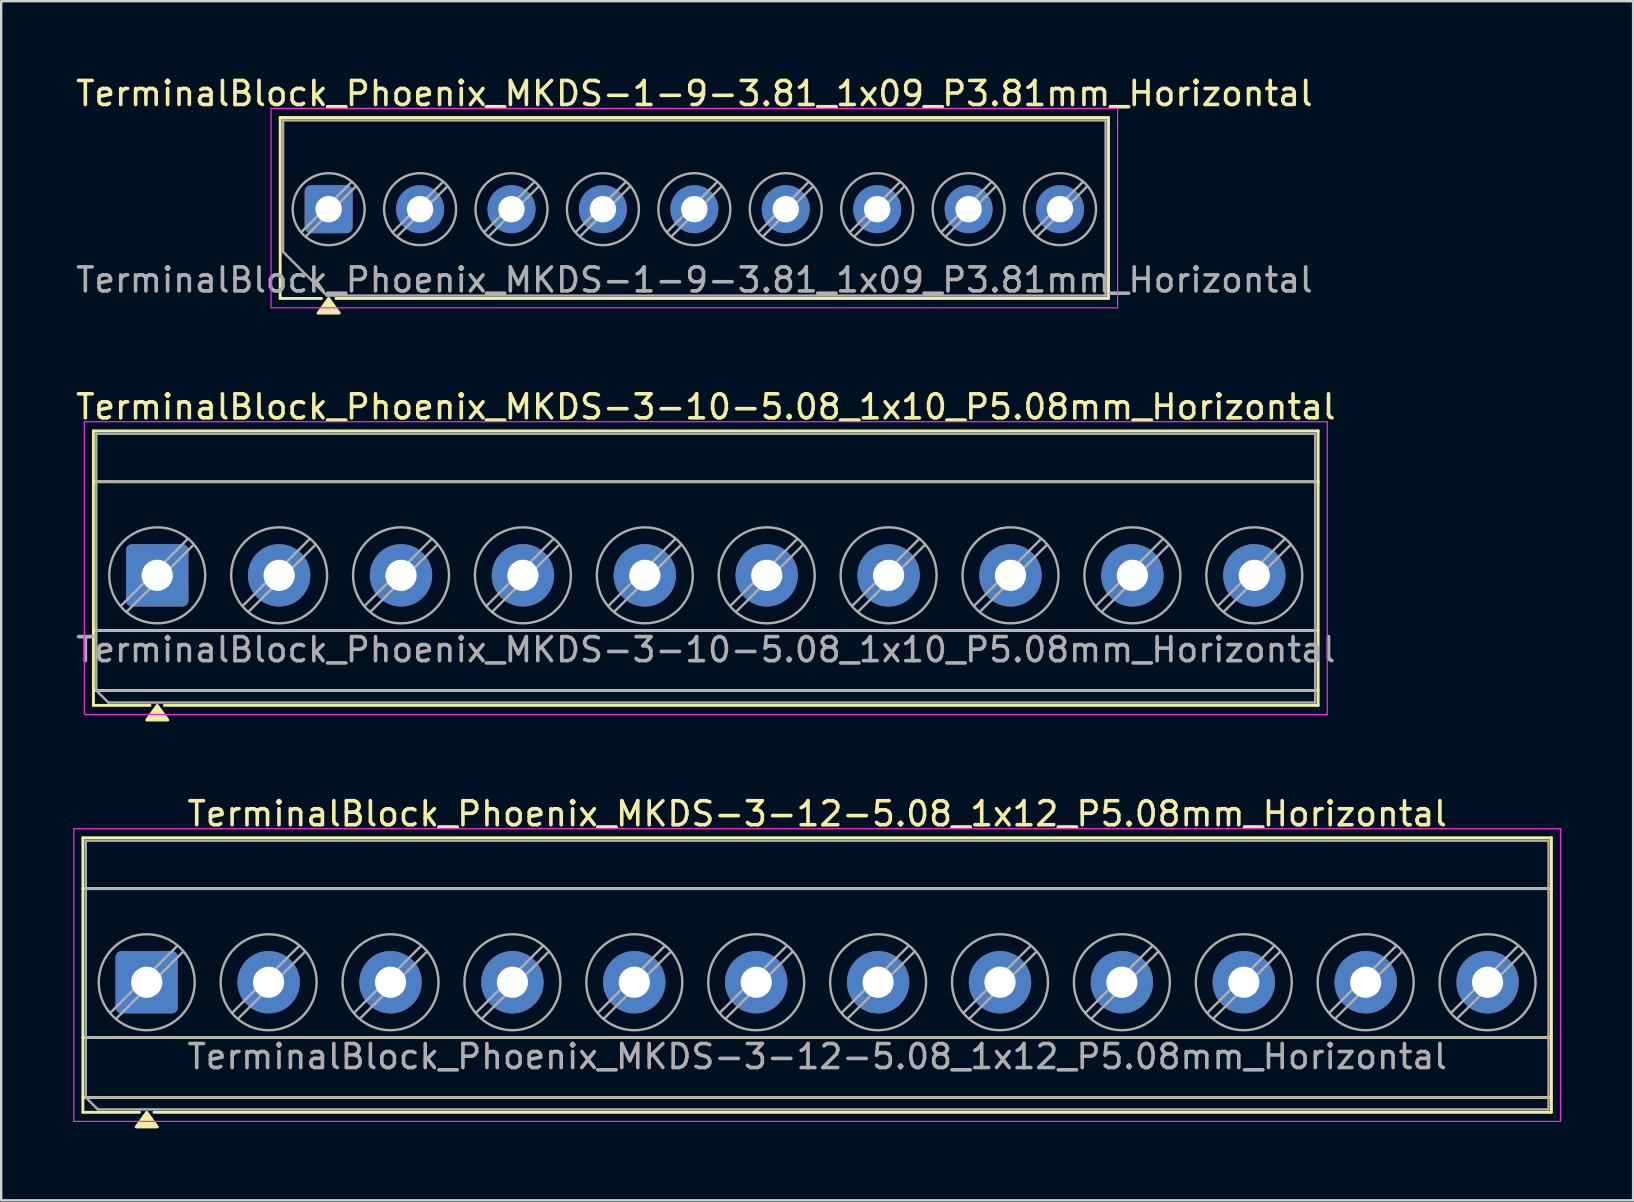
<source format=kicad_pcb>
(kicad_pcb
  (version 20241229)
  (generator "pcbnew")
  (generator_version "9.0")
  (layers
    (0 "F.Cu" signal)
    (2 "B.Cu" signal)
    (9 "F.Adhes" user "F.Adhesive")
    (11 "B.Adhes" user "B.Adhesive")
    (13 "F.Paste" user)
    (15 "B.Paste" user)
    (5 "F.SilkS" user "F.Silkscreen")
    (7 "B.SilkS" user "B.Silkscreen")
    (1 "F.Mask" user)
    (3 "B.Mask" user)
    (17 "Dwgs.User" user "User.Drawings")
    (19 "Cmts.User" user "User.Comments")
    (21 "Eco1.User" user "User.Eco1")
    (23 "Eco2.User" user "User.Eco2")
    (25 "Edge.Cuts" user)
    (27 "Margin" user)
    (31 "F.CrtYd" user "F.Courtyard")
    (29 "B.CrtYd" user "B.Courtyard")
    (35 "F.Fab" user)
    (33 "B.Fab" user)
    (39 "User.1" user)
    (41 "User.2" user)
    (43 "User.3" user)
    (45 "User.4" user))
  (footprint "TerminalBlock_Phoenix_MKDS-3-10-5.08_1x10_P5.08mm_Horizontal"
    (layer "F.Cu")
    (at 3.503 20.927)
    (property "Reference" "TerminalBlock_Phoenix_MKDS-3-10-5.08_1x10_P5.08mm_Horizontal" (at 22.86 -7.02 0) (layer "F.SilkS") (effects (font (size 1 1) (thickness 0.15))))
    (attr through_hole)
    (fp_line (start -2.66 -6.02) (end 48.38 -6.02) (stroke (width 0.12) (type solid)) (layer "F.SilkS"))
    (fp_line (start -2.66 -3.9) (end 48.38 -3.9) (stroke (width 0.12) (type solid)) (layer "F.SilkS"))
    (fp_line (start -2.66 2.3) (end 48.38 2.3) (stroke (width 0.12) (type solid)) (layer "F.SilkS"))
    (fp_line (start -2.66 4.8) (end 48.38 4.8) (stroke (width 0.12) (type solid)) (layer "F.SilkS"))
    (fp_line (start -2.66 5.42) (end -2.66 -6.02) (stroke (width 0.12) (type solid)) (layer "F.SilkS"))
    (fp_line (start -0.3 5.42) (end -2.66 5.42) (stroke (width 0.12) (type solid)) (layer "F.SilkS"))
    (fp_line (start 48.38 -6.02) (end 48.38 5.42) (stroke (width 0.12) (type solid)) (layer "F.SilkS"))
    (fp_line (start 48.38 5.42) (end 0.3 5.42) (stroke (width 0.12) (type solid)) (layer "F.SilkS"))
    (fp_poly (pts (xy 0 5.42) (xy 0.44 6.03) (xy -0.44 6.03)) (stroke (width 0.12) (type solid)) (fill yes) (layer "F.SilkS"))
    (fp_line (start -3.04 -6.4) (end -3.04 5.8) (stroke (width 0.05) (type solid)) (layer "F.CrtYd"))
    (fp_line (start -3.04 5.8) (end 48.76 5.8) (stroke (width 0.05) (type solid)) (layer "F.CrtYd"))
    (fp_line (start 48.76 -6.4) (end -3.04 -6.4) (stroke (width 0.05) (type solid)) (layer "F.CrtYd"))
    (fp_line (start 48.76 5.8) (end 48.76 -6.4) (stroke (width 0.05) (type solid)) (layer "F.CrtYd"))
    (fp_line (start -2.54 -5.9) (end 48.26 -5.9) (stroke (width 0.1) (type solid)) (layer "F.Fab"))
    (fp_line (start -2.54 -3.9) (end 48.26 -3.9) (stroke (width 0.1) (type solid)) (layer "F.Fab"))
    (fp_line (start -2.54 2.3) (end 48.26 2.3) (stroke (width 0.1) (type solid)) (layer "F.Fab"))
    (fp_line (start -2.54 4.8) (end -2.54 -5.9) (stroke (width 0.1) (type solid)) (layer "F.Fab"))
    (fp_line (start -2.54 4.8) (end 48.26 4.8) (stroke (width 0.1) (type solid)) (layer "F.Fab"))
    (fp_line (start -2.04 5.3) (end -2.54 4.8) (stroke (width 0.1) (type solid)) (layer "F.Fab"))
    (fp_line (start 1.273 -1.517) (end -1.517 1.273) (stroke (width 0.1) (type solid)) (layer "F.Fab"))
    (fp_line (start 1.517 -1.273) (end -1.273 1.517) (stroke (width 0.1) (type solid)) (layer "F.Fab"))
    (fp_line (start 6.353 -1.517) (end 3.563 1.273) (stroke (width 0.1) (type solid)) (layer "F.Fab"))
    (fp_line (start 6.597 -1.273) (end 3.807 1.517) (stroke (width 0.1) (type solid)) (layer "F.Fab"))
    (fp_line (start 11.433 -1.517) (end 8.643 1.273) (stroke (width 0.1) (type solid)) (layer "F.Fab"))
    (fp_line (start 11.677 -1.273) (end 8.887 1.517) (stroke (width 0.1) (type solid)) (layer "F.Fab"))
    (fp_line (start 16.513 -1.517) (end 13.723 1.273) (stroke (width 0.1) (type solid)) (layer "F.Fab"))
    (fp_line (start 16.757 -1.273) (end 13.967 1.517) (stroke (width 0.1) (type solid)) (layer "F.Fab"))
    (fp_line (start 21.593 -1.517) (end 18.803 1.273) (stroke (width 0.1) (type solid)) (layer "F.Fab"))
    (fp_line (start 21.837 -1.273) (end 19.047 1.517) (stroke (width 0.1) (type solid)) (layer "F.Fab"))
    (fp_line (start 26.673 -1.517) (end 23.883 1.273) (stroke (width 0.1) (type solid)) (layer "F.Fab"))
    (fp_line (start 26.917 -1.273) (end 24.127 1.517) (stroke (width 0.1) (type solid)) (layer "F.Fab"))
    (fp_line (start 31.753 -1.517) (end 28.963 1.273) (stroke (width 0.1) (type solid)) (layer "F.Fab"))
    (fp_line (start 31.997 -1.273) (end 29.207 1.517) (stroke (width 0.1) (type solid)) (layer "F.Fab"))
    (fp_line (start 36.833 -1.517) (end 34.043 1.273) (stroke (width 0.1) (type solid)) (layer "F.Fab"))
    (fp_line (start 37.077 -1.273) (end 34.287 1.517) (stroke (width 0.1) (type solid)) (layer "F.Fab"))
    (fp_line (start 41.913 -1.517) (end 39.123 1.273) (stroke (width 0.1) (type solid)) (layer "F.Fab"))
    (fp_line (start 42.157 -1.273) (end 39.367 1.517) (stroke (width 0.1) (type solid)) (layer "F.Fab"))
    (fp_line (start 46.993 -1.517) (end 44.203 1.273) (stroke (width 0.1) (type solid)) (layer "F.Fab"))
    (fp_line (start 47.237 -1.273) (end 44.447 1.517) (stroke (width 0.1) (type solid)) (layer "F.Fab"))
    (fp_line (start 48.26 -5.9) (end 48.26 5.3) (stroke (width 0.1) (type solid)) (layer "F.Fab"))
    (fp_line (start 48.26 5.3) (end -2.04 5.3) (stroke (width 0.1) (type solid)) (layer "F.Fab"))
    (fp_circle (center 0 0) (end 2 0) (stroke (width 0.1) (type solid)) (fill no) (layer "F.Fab"))
    (fp_circle (center 5.08 0) (end 7.08 0) (stroke (width 0.1) (type solid)) (fill no) (layer "F.Fab"))
    (fp_circle (center 10.16 0) (end 12.16 0) (stroke (width 0.1) (type solid)) (fill no) (layer "F.Fab"))
    (fp_circle (center 15.24 0) (end 17.24 0) (stroke (width 0.1) (type solid)) (fill no) (layer "F.Fab"))
    (fp_circle (center 20.32 0) (end 22.32 0) (stroke (width 0.1) (type solid)) (fill no) (layer "F.Fab"))
    (fp_circle (center 25.4 0) (end 27.4 0) (stroke (width 0.1) (type solid)) (fill no) (layer "F.Fab"))
    (fp_circle (center 30.48 0) (end 32.48 0) (stroke (width 0.1) (type solid)) (fill no) (layer "F.Fab"))
    (fp_circle (center 35.56 0) (end 37.56 0) (stroke (width 0.1) (type solid)) (fill no) (layer "F.Fab"))
    (fp_circle (center 40.64 0) (end 42.64 0) (stroke (width 0.1) (type solid)) (fill no) (layer "F.Fab"))
    (fp_circle (center 45.72 0) (end 47.72 0) (stroke (width 0.1) (type solid)) (fill no) (layer "F.Fab"))
    (fp_text user "${REFERENCE}" (at 22.86 3.1 0) (layer "F.Fab") (effects (font (size 1 1) (thickness 0.15))))
    (pad "1" thru_hole roundrect (at 0 0) (size 2.6 2.6) (drill 1.3) (layers "*.Cu" "*.Mask") (roundrect_rratio 0.096))
    (pad "2" thru_hole circle (at 5.08 0) (size 2.6 2.6) (drill 1.3) (layers "*.Cu" "*.Mask"))
    (pad "3" thru_hole circle (at 10.16 0) (size 2.6 2.6) (drill 1.3) (layers "*.Cu" "*.Mask"))
    (pad "4" thru_hole circle (at 15.24 0) (size 2.6 2.6) (drill 1.3) (layers "*.Cu" "*.Mask"))
    (pad "5" thru_hole circle (at 20.32 0) (size 2.6 2.6) (drill 1.3) (layers "*.Cu" "*.Mask"))
    (pad "6" thru_hole circle (at 25.4 0) (size 2.6 2.6) (drill 1.3) (layers "*.Cu" "*.Mask"))
    (pad "7" thru_hole circle (at 30.48 0) (size 2.6 2.6) (drill 1.3) (layers "*.Cu" "*.Mask"))
    (pad "8" thru_hole circle (at 35.56 0) (size 2.6 2.6) (drill 1.3) (layers "*.Cu" "*.Mask"))
    (pad "9" thru_hole circle (at 40.64 0) (size 2.6 2.6) (drill 1.3) (layers "*.Cu" "*.Mask"))
    (pad "10" thru_hole circle (at 45.72 0) (size 2.6 2.6) (drill 1.3) (layers "*.Cu" "*.Mask")))
  (footprint "TerminalBlock_Phoenix_MKDS-3-12-5.08_1x12_P5.08mm_Horizontal"
    (layer "F.Cu")
    (at 3.065 37.885)
    (property "Reference" "TerminalBlock_Phoenix_MKDS-3-12-5.08_1x12_P5.08mm_Horizontal" (at 27.94 -7.02 0) (layer "F.SilkS") (effects (font (size 1 1) (thickness 0.15))))
    (attr through_hole)
    (fp_line (start -2.66 -6.02) (end 58.54 -6.02) (stroke (width 0.12) (type solid)) (layer "F.SilkS"))
    (fp_line (start -2.66 -3.9) (end 58.54 -3.9) (stroke (width 0.12) (type solid)) (layer "F.SilkS"))
    (fp_line (start -2.66 2.3) (end 58.54 2.3) (stroke (width 0.12) (type solid)) (layer "F.SilkS"))
    (fp_line (start -2.66 4.8) (end 58.54 4.8) (stroke (width 0.12) (type solid)) (layer "F.SilkS"))
    (fp_line (start -2.66 5.42) (end -2.66 -6.02) (stroke (width 0.12) (type solid)) (layer "F.SilkS"))
    (fp_line (start -0.3 5.42) (end -2.66 5.42) (stroke (width 0.12) (type solid)) (layer "F.SilkS"))
    (fp_line (start 58.54 -6.02) (end 58.54 5.42) (stroke (width 0.12) (type solid)) (layer "F.SilkS"))
    (fp_line (start 58.54 5.42) (end 0.3 5.42) (stroke (width 0.12) (type solid)) (layer "F.SilkS"))
    (fp_poly (pts (xy 0 5.42) (xy 0.44 6.03) (xy -0.44 6.03)) (stroke (width 0.12) (type solid)) (fill yes) (layer "F.SilkS"))
    (fp_line (start -3.04 -6.4) (end -3.04 5.8) (stroke (width 0.05) (type solid)) (layer "F.CrtYd"))
    (fp_line (start -3.04 5.8) (end 58.92 5.8) (stroke (width 0.05) (type solid)) (layer "F.CrtYd"))
    (fp_line (start 58.92 -6.4) (end -3.04 -6.4) (stroke (width 0.05) (type solid)) (layer "F.CrtYd"))
    (fp_line (start 58.92 5.8) (end 58.92 -6.4) (stroke (width 0.05) (type solid)) (layer "F.CrtYd"))
    (fp_line (start -2.54 -5.9) (end 58.42 -5.9) (stroke (width 0.1) (type solid)) (layer "F.Fab"))
    (fp_line (start -2.54 -3.9) (end 58.42 -3.9) (stroke (width 0.1) (type solid)) (layer "F.Fab"))
    (fp_line (start -2.54 2.3) (end 58.42 2.3) (stroke (width 0.1) (type solid)) (layer "F.Fab"))
    (fp_line (start -2.54 4.8) (end -2.54 -5.9) (stroke (width 0.1) (type solid)) (layer "F.Fab"))
    (fp_line (start -2.54 4.8) (end 58.42 4.8) (stroke (width 0.1) (type solid)) (layer "F.Fab"))
    (fp_line (start -2.04 5.3) (end -2.54 4.8) (stroke (width 0.1) (type solid)) (layer "F.Fab"))
    (fp_line (start 1.273 -1.517) (end -1.517 1.273) (stroke (width 0.1) (type solid)) (layer "F.Fab"))
    (fp_line (start 1.517 -1.273) (end -1.273 1.517) (stroke (width 0.1) (type solid)) (layer "F.Fab"))
    (fp_line (start 6.353 -1.517) (end 3.563 1.273) (stroke (width 0.1) (type solid)) (layer "F.Fab"))
    (fp_line (start 6.597 -1.273) (end 3.807 1.517) (stroke (width 0.1) (type solid)) (layer "F.Fab"))
    (fp_line (start 11.433 -1.517) (end 8.643 1.273) (stroke (width 0.1) (type solid)) (layer "F.Fab"))
    (fp_line (start 11.677 -1.273) (end 8.887 1.517) (stroke (width 0.1) (type solid)) (layer "F.Fab"))
    (fp_line (start 16.513 -1.517) (end 13.723 1.273) (stroke (width 0.1) (type solid)) (layer "F.Fab"))
    (fp_line (start 16.757 -1.273) (end 13.967 1.517) (stroke (width 0.1) (type solid)) (layer "F.Fab"))
    (fp_line (start 21.593 -1.517) (end 18.803 1.273) (stroke (width 0.1) (type solid)) (layer "F.Fab"))
    (fp_line (start 21.837 -1.273) (end 19.047 1.517) (stroke (width 0.1) (type solid)) (layer "F.Fab"))
    (fp_line (start 26.673 -1.517) (end 23.883 1.273) (stroke (width 0.1) (type solid)) (layer "F.Fab"))
    (fp_line (start 26.917 -1.273) (end 24.127 1.517) (stroke (width 0.1) (type solid)) (layer "F.Fab"))
    (fp_line (start 31.753 -1.517) (end 28.963 1.273) (stroke (width 0.1) (type solid)) (layer "F.Fab"))
    (fp_line (start 31.997 -1.273) (end 29.207 1.517) (stroke (width 0.1) (type solid)) (layer "F.Fab"))
    (fp_line (start 36.833 -1.517) (end 34.043 1.273) (stroke (width 0.1) (type solid)) (layer "F.Fab"))
    (fp_line (start 37.077 -1.273) (end 34.287 1.517) (stroke (width 0.1) (type solid)) (layer "F.Fab"))
    (fp_line (start 41.913 -1.517) (end 39.123 1.273) (stroke (width 0.1) (type solid)) (layer "F.Fab"))
    (fp_line (start 42.157 -1.273) (end 39.367 1.517) (stroke (width 0.1) (type solid)) (layer "F.Fab"))
    (fp_line (start 46.993 -1.517) (end 44.203 1.273) (stroke (width 0.1) (type solid)) (layer "F.Fab"))
    (fp_line (start 47.237 -1.273) (end 44.447 1.517) (stroke (width 0.1) (type solid)) (layer "F.Fab"))
    (fp_line (start 52.073 -1.517) (end 49.283 1.273) (stroke (width 0.1) (type solid)) (layer "F.Fab"))
    (fp_line (start 52.317 -1.273) (end 49.527 1.517) (stroke (width 0.1) (type solid)) (layer "F.Fab"))
    (fp_line (start 57.153 -1.517) (end 54.363 1.273) (stroke (width 0.1) (type solid)) (layer "F.Fab"))
    (fp_line (start 57.397 -1.273) (end 54.607 1.517) (stroke (width 0.1) (type solid)) (layer "F.Fab"))
    (fp_line (start 58.42 -5.9) (end 58.42 5.3) (stroke (width 0.1) (type solid)) (layer "F.Fab"))
    (fp_line (start 58.42 5.3) (end -2.04 5.3) (stroke (width 0.1) (type solid)) (layer "F.Fab"))
    (fp_circle (center 0 0) (end 2 0) (stroke (width 0.1) (type solid)) (fill no) (layer "F.Fab"))
    (fp_circle (center 5.08 0) (end 7.08 0) (stroke (width 0.1) (type solid)) (fill no) (layer "F.Fab"))
    (fp_circle (center 10.16 0) (end 12.16 0) (stroke (width 0.1) (type solid)) (fill no) (layer "F.Fab"))
    (fp_circle (center 15.24 0) (end 17.24 0) (stroke (width 0.1) (type solid)) (fill no) (layer "F.Fab"))
    (fp_circle (center 20.32 0) (end 22.32 0) (stroke (width 0.1) (type solid)) (fill no) (layer "F.Fab"))
    (fp_circle (center 25.4 0) (end 27.4 0) (stroke (width 0.1) (type solid)) (fill no) (layer "F.Fab"))
    (fp_circle (center 30.48 0) (end 32.48 0) (stroke (width 0.1) (type solid)) (fill no) (layer "F.Fab"))
    (fp_circle (center 35.56 0) (end 37.56 0) (stroke (width 0.1) (type solid)) (fill no) (layer "F.Fab"))
    (fp_circle (center 40.64 0) (end 42.64 0) (stroke (width 0.1) (type solid)) (fill no) (layer "F.Fab"))
    (fp_circle (center 45.72 0) (end 47.72 0) (stroke (width 0.1) (type solid)) (fill no) (layer "F.Fab"))
    (fp_circle (center 50.8 0) (end 52.8 0) (stroke (width 0.1) (type solid)) (fill no) (layer "F.Fab"))
    (fp_circle (center 55.88 0) (end 57.88 0) (stroke (width 0.1) (type solid)) (fill no) (layer "F.Fab"))
    (fp_text user "${REFERENCE}" (at 27.94 3.1 0) (layer "F.Fab") (effects (font (size 1 1) (thickness 0.15))))
    (pad "1" thru_hole roundrect (at 0 0) (size 2.6 2.6) (drill 1.3) (layers "*.Cu" "*.Mask") (roundrect_rratio 0.096))
    (pad "2" thru_hole circle (at 5.08 0) (size 2.6 2.6) (drill 1.3) (layers "*.Cu" "*.Mask"))
    (pad "3" thru_hole circle (at 10.16 0) (size 2.6 2.6) (drill 1.3) (layers "*.Cu" "*.Mask"))
    (pad "4" thru_hole circle (at 15.24 0) (size 2.6 2.6) (drill 1.3) (layers "*.Cu" "*.Mask"))
    (pad "5" thru_hole circle (at 20.32 0) (size 2.6 2.6) (drill 1.3) (layers "*.Cu" "*.Mask"))
    (pad "6" thru_hole circle (at 25.4 0) (size 2.6 2.6) (drill 1.3) (layers "*.Cu" "*.Mask"))
    (pad "7" thru_hole circle (at 30.48 0) (size 2.6 2.6) (drill 1.3) (layers "*.Cu" "*.Mask"))
    (pad "8" thru_hole circle (at 35.56 0) (size 2.6 2.6) (drill 1.3) (layers "*.Cu" "*.Mask"))
    (pad "9" thru_hole circle (at 40.64 0) (size 2.6 2.6) (drill 1.3) (layers "*.Cu" "*.Mask"))
    (pad "10" thru_hole circle (at 45.72 0) (size 2.6 2.6) (drill 1.3) (layers "*.Cu" "*.Mask"))
    (pad "11" thru_hole circle (at 50.8 0) (size 2.6 2.6) (drill 1.3) (layers "*.Cu" "*.Mask"))
    (pad "12" thru_hole circle (at 55.88 0) (size 2.6 2.6) (drill 1.3) (layers "*.Cu" "*.Mask")))
  (footprint "TerminalBlock_Phoenix_MKDS-1-9-3.81_1x09_P3.81mm_Horizontal"
    (layer "F.Cu")
    (at 10.647 5.668)
    (property "Reference" "TerminalBlock_Phoenix_MKDS-1-9-3.81_1x09_P3.81mm_Horizontal" (at 15.24 -4.82 0) (layer "F.SilkS") (effects (font (size 1 1) (thickness 0.15))))
    (attr through_hole)
    (fp_line (start -2.02 -3.82) (end 32.5 -3.82) (stroke (width 0.12) (type solid)) (layer "F.SilkS"))
    (fp_line (start -2.02 3.72) (end -2.02 -3.82) (stroke (width 0.12) (type solid)) (layer "F.SilkS"))
    (fp_line (start -0.3 3.72) (end -2.02 3.72) (stroke (width 0.12) (type solid)) (layer "F.SilkS"))
    (fp_line (start 32.5 -3.82) (end 32.5 3.72) (stroke (width 0.12) (type solid)) (layer "F.SilkS"))
    (fp_line (start 32.5 3.72) (end 0.3 3.72) (stroke (width 0.12) (type solid)) (layer "F.SilkS"))
    (fp_poly (pts (xy 0 3.72) (xy 0.44 4.33) (xy -0.44 4.33)) (stroke (width 0.12) (type solid)) (fill yes) (layer "F.SilkS"))
    (fp_line (start -2.4 -4.2) (end -2.4 4.11) (stroke (width 0.05) (type solid)) (layer "F.CrtYd"))
    (fp_line (start -2.4 4.11) (end 32.88 4.11) (stroke (width 0.05) (type solid)) (layer "F.CrtYd"))
    (fp_line (start 32.88 -4.2) (end -2.4 -4.2) (stroke (width 0.05) (type solid)) (layer "F.CrtYd"))
    (fp_line (start 32.88 4.11) (end 32.88 -4.2) (stroke (width 0.05) (type solid)) (layer "F.CrtYd"))
    (fp_line (start -1.9 -3.7) (end 32.38 -3.7) (stroke (width 0.1) (type solid)) (layer "F.Fab"))
    (fp_line (start -1.9 1.775) (end -1.9 -3.7) (stroke (width 0.1) (type solid)) (layer "F.Fab"))
    (fp_line (start -0.075 3.6) (end -1.9 1.775) (stroke (width 0.1) (type solid)) (layer "F.Fab"))
    (fp_line (start 0.955 -1.138) (end -1.138 0.955) (stroke (width 0.1) (type solid)) (layer "F.Fab"))
    (fp_line (start 1.138 -0.955) (end -0.955 1.138) (stroke (width 0.1) (type solid)) (layer "F.Fab"))
    (fp_line (start 4.765 -1.138) (end 2.672 0.955) (stroke (width 0.1) (type solid)) (layer "F.Fab"))
    (fp_line (start 4.948 -0.955) (end 2.855 1.138) (stroke (width 0.1) (type solid)) (layer "F.Fab"))
    (fp_line (start 8.575 -1.138) (end 6.482 0.955) (stroke (width 0.1) (type solid)) (layer "F.Fab"))
    (fp_line (start 8.758 -0.955) (end 6.665 1.138) (stroke (width 0.1) (type solid)) (layer "F.Fab"))
    (fp_line (start 12.385 -1.138) (end 10.292 0.955) (stroke (width 0.1) (type solid)) (layer "F.Fab"))
    (fp_line (start 12.568 -0.955) (end 10.475 1.138) (stroke (width 0.1) (type solid)) (layer "F.Fab"))
    (fp_line (start 16.195 -1.138) (end 14.102 0.955) (stroke (width 0.1) (type solid)) (layer "F.Fab"))
    (fp_line (start 16.378 -0.955) (end 14.285 1.138) (stroke (width 0.1) (type solid)) (layer "F.Fab"))
    (fp_line (start 20.005 -1.138) (end 17.912 0.955) (stroke (width 0.1) (type solid)) (layer "F.Fab"))
    (fp_line (start 20.188 -0.955) (end 18.095 1.138) (stroke (width 0.1) (type solid)) (layer "F.Fab"))
    (fp_line (start 23.815 -1.138) (end 21.722 0.955) (stroke (width 0.1) (type solid)) (layer "F.Fab"))
    (fp_line (start 23.998 -0.955) (end 21.905 1.138) (stroke (width 0.1) (type solid)) (layer "F.Fab"))
    (fp_line (start 27.625 -1.138) (end 25.532 0.955) (stroke (width 0.1) (type solid)) (layer "F.Fab"))
    (fp_line (start 27.808 -0.955) (end 25.715 1.138) (stroke (width 0.1) (type solid)) (layer "F.Fab"))
    (fp_line (start 31.435 -1.138) (end 29.342 0.955) (stroke (width 0.1) (type solid)) (layer "F.Fab"))
    (fp_line (start 31.618 -0.955) (end 29.525 1.138) (stroke (width 0.1) (type solid)) (layer "F.Fab"))
    (fp_line (start 32.38 -3.7) (end 32.38 3.6) (stroke (width 0.1) (type solid)) (layer "F.Fab"))
    (fp_line (start 32.38 3.6) (end -0.075 3.6) (stroke (width 0.1) (type solid)) (layer "F.Fab"))
    (fp_circle (center 0 0) (end 1.5 0) (stroke (width 0.1) (type solid)) (fill no) (layer "F.Fab"))
    (fp_circle (center 3.81 0) (end 5.31 0) (stroke (width 0.1) (type solid)) (fill no) (layer "F.Fab"))
    (fp_circle (center 7.62 0) (end 9.12 0) (stroke (width 0.1) (type solid)) (fill no) (layer "F.Fab"))
    (fp_circle (center 11.43 0) (end 12.93 0) (stroke (width 0.1) (type solid)) (fill no) (layer "F.Fab"))
    (fp_circle (center 15.24 0) (end 16.74 0) (stroke (width 0.1) (type solid)) (fill no) (layer "F.Fab"))
    (fp_circle (center 19.05 0) (end 20.55 0) (stroke (width 0.1) (type solid)) (fill no) (layer "F.Fab"))
    (fp_circle (center 22.86 0) (end 24.36 0) (stroke (width 0.1) (type solid)) (fill no) (layer "F.Fab"))
    (fp_circle (center 26.67 0) (end 28.17 0) (stroke (width 0.1) (type solid)) (fill no) (layer "F.Fab"))
    (fp_circle (center 30.48 0) (end 31.98 0) (stroke (width 0.1) (type solid)) (fill no) (layer "F.Fab"))
    (fp_text user "${REFERENCE}" (at 15.24 2.95 0) (layer "F.Fab") (effects (font (size 1 1) (thickness 0.15))))
    (pad "1" thru_hole roundrect (at 0 0) (size 2 2) (drill 1.1) (layers "*.Cu" "*.Mask") (roundrect_rratio 0.125))
    (pad "2" thru_hole circle (at 3.81 0) (size 2 2) (drill 1.1) (layers "*.Cu" "*.Mask"))
    (pad "3" thru_hole circle (at 7.62 0) (size 2 2) (drill 1.1) (layers "*.Cu" "*.Mask"))
    (pad "4" thru_hole circle (at 11.43 0) (size 2 2) (drill 1.1) (layers "*.Cu" "*.Mask"))
    (pad "5" thru_hole circle (at 15.24 0) (size 2 2) (drill 1.1) (layers "*.Cu" "*.Mask"))
    (pad "6" thru_hole circle (at 19.05 0) (size 2 2) (drill 1.1) (layers "*.Cu" "*.Mask"))
    (pad "7" thru_hole circle (at 22.86 0) (size 2 2) (drill 1.1) (layers "*.Cu" "*.Mask"))
    (pad "8" thru_hole circle (at 26.67 0) (size 2 2) (drill 1.1) (layers "*.Cu" "*.Mask"))
    (pad "9" thru_hole circle (at 30.48 0) (size 2 2) (drill 1.1) (layers "*.Cu" "*.Mask")))
  (gr_rect
    (start -3 -3)
    (end 65.01 46.975)
    (stroke (width 0.1) (type default))
    (fill no)
    (layer "Edge.Cuts")))
</source>
